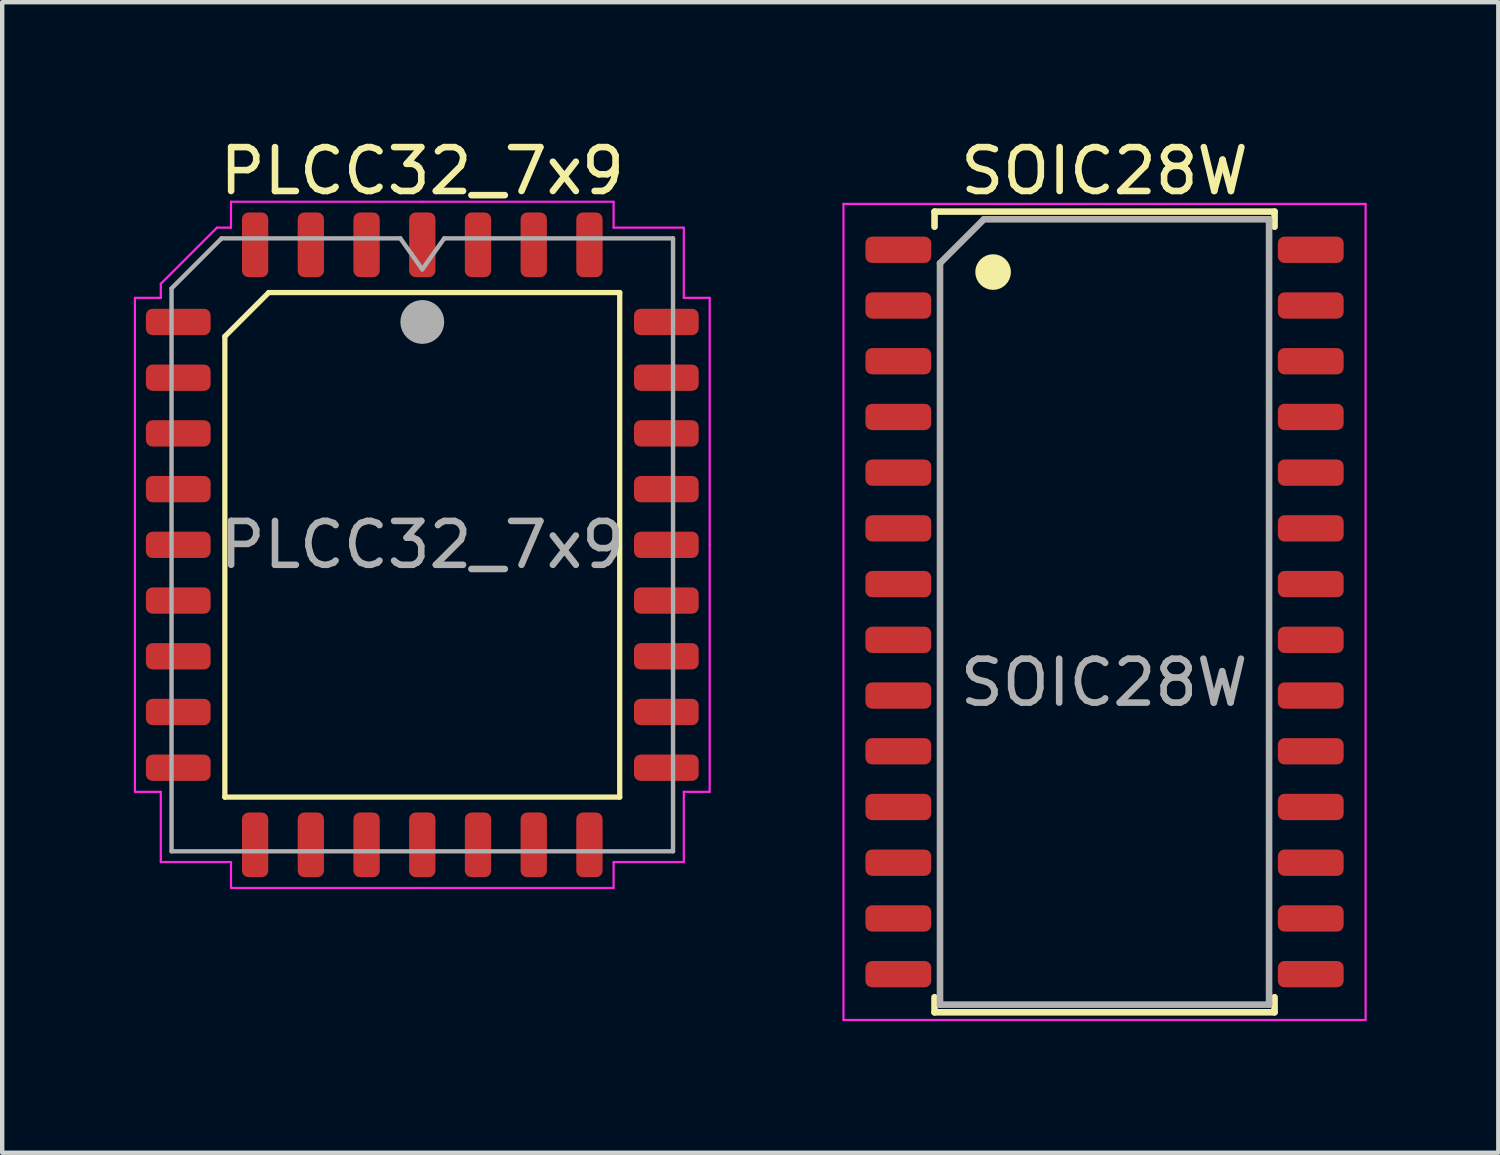
<source format=kicad_pcb>
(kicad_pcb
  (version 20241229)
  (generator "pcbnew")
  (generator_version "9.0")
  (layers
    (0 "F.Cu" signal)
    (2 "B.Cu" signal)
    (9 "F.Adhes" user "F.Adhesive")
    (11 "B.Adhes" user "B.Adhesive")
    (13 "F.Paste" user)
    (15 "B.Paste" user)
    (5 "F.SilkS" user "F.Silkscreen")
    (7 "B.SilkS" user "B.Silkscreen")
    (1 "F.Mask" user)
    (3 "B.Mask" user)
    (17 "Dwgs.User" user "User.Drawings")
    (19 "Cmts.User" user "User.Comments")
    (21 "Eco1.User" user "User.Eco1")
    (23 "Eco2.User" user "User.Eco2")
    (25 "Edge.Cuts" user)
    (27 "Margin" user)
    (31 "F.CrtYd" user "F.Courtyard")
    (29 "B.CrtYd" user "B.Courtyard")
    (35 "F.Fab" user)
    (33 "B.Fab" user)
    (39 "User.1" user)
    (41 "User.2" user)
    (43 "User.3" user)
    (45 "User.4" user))
  (footprint "SOIC28W"
    (layer "F.Cu")
    (at 22.125 10.898)
    (property "Reference" "SOIC28W" (at 0 -10.05 0) (layer "F.SilkS") (effects (font (size 1 1) (thickness 0.15))))
    (attr smd)
    (fp_line (start -3.875 -9.125) (end -3.875 -8.78) (stroke (width 0.15) (type solid)) (layer "F.SilkS"))
    (fp_line (start -3.875 -9.125) (end 3.875 -9.125) (stroke (width 0.15) (type solid)) (layer "F.SilkS"))
    (fp_line (start -3.875 9.125) (end -3.875 8.78) (stroke (width 0.15) (type solid)) (layer "F.SilkS"))
    (fp_line (start -3.875 9.125) (end 3.875 9.125) (stroke (width 0.15) (type solid)) (layer "F.SilkS"))
    (fp_line (start 3.875 -9.125) (end 3.875 -8.78) (stroke (width 0.15) (type solid)) (layer "F.SilkS"))
    (fp_line (start 3.875 9.125) (end 3.875 8.78) (stroke (width 0.15) (type solid)) (layer "F.SilkS"))
    (fp_circle (center -2.54 -7.747) (end -2.337 -7.747) (stroke (width 0.406) (type solid)) (fill no) (layer "F.SilkS"))
    (fp_line (start -5.95 -9.3) (end -5.95 9.3) (stroke (width 0.05) (type solid)) (layer "F.CrtYd"))
    (fp_line (start -5.95 -9.3) (end 5.95 -9.3) (stroke (width 0.05) (type solid)) (layer "F.CrtYd"))
    (fp_line (start -5.95 9.3) (end 5.95 9.3) (stroke (width 0.05) (type solid)) (layer "F.CrtYd"))
    (fp_line (start 5.95 -9.3) (end 5.95 9.3) (stroke (width 0.05) (type solid)) (layer "F.CrtYd"))
    (fp_line (start -3.75 -7.95) (end -2.75 -8.95) (stroke (width 0.15) (type solid)) (layer "F.Fab"))
    (fp_line (start -3.75 8.95) (end -3.75 -7.95) (stroke (width 0.15) (type solid)) (layer "F.Fab"))
    (fp_line (start -2.75 -8.95) (end 3.75 -8.95) (stroke (width 0.15) (type solid)) (layer "F.Fab"))
    (fp_line (start 3.75 -8.95) (end 3.75 8.95) (stroke (width 0.15) (type solid)) (layer "F.Fab"))
    (fp_line (start 3.75 8.95) (end -3.75 8.95) (stroke (width 0.15) (type solid)) (layer "F.Fab"))
    (fp_text user "${REFERENCE}" (at -0.01 1.61 0) (layer "F.Fab") (effects (font (size 1 1) (thickness 0.15))))
    (pad "1" smd roundrect (at -4.7 -8.255) (size 1.5 0.6) (layers "F.Cu" "F.Mask" "F.Paste") (roundrect_rratio 0.25))
    (pad "2" smd roundrect (at -4.7 -6.985) (size 1.5 0.6) (layers "F.Cu" "F.Mask" "F.Paste") (roundrect_rratio 0.25))
    (pad "3" smd roundrect (at -4.7 -5.715) (size 1.5 0.6) (layers "F.Cu" "F.Mask" "F.Paste") (roundrect_rratio 0.25))
    (pad "4" smd roundrect (at -4.7 -4.445) (size 1.5 0.6) (layers "F.Cu" "F.Mask" "F.Paste") (roundrect_rratio 0.25))
    (pad "5" smd roundrect (at -4.7 -3.175) (size 1.5 0.6) (layers "F.Cu" "F.Mask" "F.Paste") (roundrect_rratio 0.25))
    (pad "6" smd roundrect (at -4.7 -1.905) (size 1.5 0.6) (layers "F.Cu" "F.Mask" "F.Paste") (roundrect_rratio 0.25))
    (pad "7" smd roundrect (at -4.7 -0.635) (size 1.5 0.6) (layers "F.Cu" "F.Mask" "F.Paste") (roundrect_rratio 0.25))
    (pad "8" smd roundrect (at -4.7 0.635) (size 1.5 0.6) (layers "F.Cu" "F.Mask" "F.Paste") (roundrect_rratio 0.25))
    (pad "9" smd roundrect (at -4.7 1.905) (size 1.5 0.6) (layers "F.Cu" "F.Mask" "F.Paste") (roundrect_rratio 0.25))
    (pad "10" smd roundrect (at -4.7 3.175) (size 1.5 0.6) (layers "F.Cu" "F.Mask" "F.Paste") (roundrect_rratio 0.25))
    (pad "11" smd roundrect (at -4.7 4.445) (size 1.5 0.6) (layers "F.Cu" "F.Mask" "F.Paste") (roundrect_rratio 0.25))
    (pad "12" smd roundrect (at -4.7 5.715) (size 1.5 0.6) (layers "F.Cu" "F.Mask" "F.Paste") (roundrect_rratio 0.25))
    (pad "13" smd roundrect (at -4.7 6.985) (size 1.5 0.6) (layers "F.Cu" "F.Mask" "F.Paste") (roundrect_rratio 0.25))
    (pad "14" smd roundrect (at -4.7 8.255) (size 1.5 0.6) (layers "F.Cu" "F.Mask" "F.Paste") (roundrect_rratio 0.25))
    (pad "15" smd roundrect (at 4.7 8.255) (size 1.5 0.6) (layers "F.Cu" "F.Mask" "F.Paste") (roundrect_rratio 0.25))
    (pad "16" smd roundrect (at 4.7 6.985) (size 1.5 0.6) (layers "F.Cu" "F.Mask" "F.Paste") (roundrect_rratio 0.25))
    (pad "17" smd roundrect (at 4.7 5.715) (size 1.5 0.6) (layers "F.Cu" "F.Mask" "F.Paste") (roundrect_rratio 0.25))
    (pad "18" smd roundrect (at 4.7 4.445) (size 1.5 0.6) (layers "F.Cu" "F.Mask" "F.Paste") (roundrect_rratio 0.25))
    (pad "19" smd roundrect (at 4.7 3.175) (size 1.5 0.6) (layers "F.Cu" "F.Mask" "F.Paste") (roundrect_rratio 0.25))
    (pad "20" smd roundrect (at 4.7 1.905) (size 1.5 0.6) (layers "F.Cu" "F.Mask" "F.Paste") (roundrect_rratio 0.25))
    (pad "21" smd roundrect (at 4.7 0.635) (size 1.5 0.6) (layers "F.Cu" "F.Mask" "F.Paste") (roundrect_rratio 0.25))
    (pad "22" smd roundrect (at 4.7 -0.635) (size 1.5 0.6) (layers "F.Cu" "F.Mask" "F.Paste") (roundrect_rratio 0.25))
    (pad "23" smd roundrect (at 4.7 -1.905) (size 1.5 0.6) (layers "F.Cu" "F.Mask" "F.Paste") (roundrect_rratio 0.25))
    (pad "24" smd roundrect (at 4.7 -3.175) (size 1.5 0.6) (layers "F.Cu" "F.Mask" "F.Paste") (roundrect_rratio 0.25))
    (pad "25" smd roundrect (at 4.7 -4.445) (size 1.5 0.6) (layers "F.Cu" "F.Mask" "F.Paste") (roundrect_rratio 0.25))
    (pad "26" smd roundrect (at 4.7 -5.715) (size 1.5 0.6) (layers "F.Cu" "F.Mask" "F.Paste") (roundrect_rratio 0.25))
    (pad "27" smd roundrect (at 4.7 -6.985) (size 1.5 0.6) (layers "F.Cu" "F.Mask" "F.Paste") (roundrect_rratio 0.25))
    (pad "28" smd roundrect (at 4.7 -8.255) (size 1.5 0.6) (layers "F.Cu" "F.Mask" "F.Paste") (roundrect_rratio 0.25)))
  (footprint "PLCC32_7x9"
    (layer "F.Cu")
    (at 6.575 9.368)
    (property "Reference" "PLCC32_7x9" (at 0 -8.52 0) (layer "F.SilkS") (effects (font (size 1 1) (thickness 0.15))))
    (attr smd)
    (fp_line (start -4.5 -4.75) (end -3.5 -5.75) (stroke (width 0.12) (type solid)) (layer "F.SilkS"))
    (fp_line (start -4.5 5.75) (end -4.5 -4.75) (stroke (width 0.12) (type solid)) (layer "F.SilkS"))
    (fp_line (start -3.5 -5.75) (end 4.5 -5.75) (stroke (width 0.12) (type solid)) (layer "F.SilkS"))
    (fp_line (start 4.5 -5.75) (end 4.5 5.75) (stroke (width 0.12) (type solid)) (layer "F.SilkS"))
    (fp_line (start 4.5 5.75) (end -4.5 5.75) (stroke (width 0.12) (type solid)) (layer "F.SilkS"))
    (fp_line (start -6.55 -5.63) (end -6.55 0) (stroke (width 0.05) (type solid)) (layer "F.CrtYd"))
    (fp_line (start -6.55 5.63) (end -6.55 0) (stroke (width 0.05) (type solid)) (layer "F.CrtYd"))
    (fp_line (start -5.96 -5.95) (end -5.96 -5.63) (stroke (width 0.05) (type solid)) (layer "F.CrtYd"))
    (fp_line (start -5.96 -5.63) (end -6.55 -5.63) (stroke (width 0.05) (type solid)) (layer "F.CrtYd"))
    (fp_line (start -5.96 5.63) (end -6.55 5.63) (stroke (width 0.05) (type solid)) (layer "F.CrtYd"))
    (fp_line (start -5.96 7.23) (end -5.96 5.63) (stroke (width 0.05) (type solid)) (layer "F.CrtYd"))
    (fp_line (start -4.68 -7.23) (end -5.96 -5.95) (stroke (width 0.05) (type solid)) (layer "F.CrtYd"))
    (fp_line (start -4.36 -7.82) (end -4.36 -7.23) (stroke (width 0.05) (type solid)) (layer "F.CrtYd"))
    (fp_line (start -4.36 -7.23) (end -4.68 -7.23) (stroke (width 0.05) (type solid)) (layer "F.CrtYd"))
    (fp_line (start -4.36 7.23) (end -5.96 7.23) (stroke (width 0.05) (type solid)) (layer "F.CrtYd"))
    (fp_line (start -4.36 7.82) (end -4.36 7.23) (stroke (width 0.05) (type solid)) (layer "F.CrtYd"))
    (fp_line (start 0 -7.82) (end -4.36 -7.82) (stroke (width 0.05) (type solid)) (layer "F.CrtYd"))
    (fp_line (start 0 -7.82) (end 4.36 -7.82) (stroke (width 0.05) (type solid)) (layer "F.CrtYd"))
    (fp_line (start 0 7.82) (end -4.36 7.82) (stroke (width 0.05) (type solid)) (layer "F.CrtYd"))
    (fp_line (start 0 7.82) (end 4.36 7.82) (stroke (width 0.05) (type solid)) (layer "F.CrtYd"))
    (fp_line (start 4.36 -7.82) (end 4.36 -7.23) (stroke (width 0.05) (type solid)) (layer "F.CrtYd"))
    (fp_line (start 4.36 -7.23) (end 5.96 -7.23) (stroke (width 0.05) (type solid)) (layer "F.CrtYd"))
    (fp_line (start 4.36 7.23) (end 5.96 7.23) (stroke (width 0.05) (type solid)) (layer "F.CrtYd"))
    (fp_line (start 4.36 7.82) (end 4.36 7.23) (stroke (width 0.05) (type solid)) (layer "F.CrtYd"))
    (fp_line (start 5.96 -7.23) (end 5.96 -5.63) (stroke (width 0.05) (type solid)) (layer "F.CrtYd"))
    (fp_line (start 5.96 -5.63) (end 6.55 -5.63) (stroke (width 0.05) (type solid)) (layer "F.CrtYd"))
    (fp_line (start 5.96 5.63) (end 6.55 5.63) (stroke (width 0.05) (type solid)) (layer "F.CrtYd"))
    (fp_line (start 5.96 7.23) (end 5.96 5.63) (stroke (width 0.05) (type solid)) (layer "F.CrtYd"))
    (fp_line (start 6.55 -5.63) (end 6.55 0) (stroke (width 0.05) (type solid)) (layer "F.CrtYd"))
    (fp_line (start 6.55 5.63) (end 6.55 0) (stroke (width 0.05) (type solid)) (layer "F.CrtYd"))
    (fp_line (start -5.715 -5.845) (end -4.575 -6.985) (stroke (width 0.1) (type solid)) (layer "F.Fab"))
    (fp_line (start -5.715 6.985) (end -5.715 -5.845) (stroke (width 0.1) (type solid)) (layer "F.Fab"))
    (fp_line (start -4.575 -6.985) (end -0.5 -6.985) (stroke (width 0.1) (type solid)) (layer "F.Fab"))
    (fp_line (start -0.5 -6.985) (end 0 -6.278) (stroke (width 0.1) (type solid)) (layer "F.Fab"))
    (fp_line (start 0 -6.278) (end 0.5 -6.985) (stroke (width 0.1) (type solid)) (layer "F.Fab"))
    (fp_line (start 0.5 -6.985) (end 5.715 -6.985) (stroke (width 0.1) (type solid)) (layer "F.Fab"))
    (fp_line (start 5.715 -6.985) (end 5.715 6.985) (stroke (width 0.1) (type solid)) (layer "F.Fab"))
    (fp_line (start 5.715 6.985) (end -5.715 6.985) (stroke (width 0.1) (type solid)) (layer "F.Fab"))
    (fp_circle (center 0 -5.08) (end 0.25 -5.08) (stroke (width 0.5) (type solid)) (fill no) (layer "F.Fab"))
    (fp_text user "${REFERENCE}" (at 0 0 0) (layer "F.Fab") (effects (font (size 1 1) (thickness 0.15))))
    (pad "1" smd roundrect (at 0 -6.838) (size 0.6 1.475) (layers "F.Cu" "F.Mask" "F.Paste") (roundrect_rratio 0.25))
    (pad "2" smd roundrect (at -1.27 -6.838) (size 0.6 1.475) (layers "F.Cu" "F.Mask" "F.Paste") (roundrect_rratio 0.25))
    (pad "3" smd roundrect (at -2.54 -6.838) (size 0.6 1.475) (layers "F.Cu" "F.Mask" "F.Paste") (roundrect_rratio 0.25))
    (pad "4" smd roundrect (at -3.81 -6.838) (size 0.6 1.475) (layers "F.Cu" "F.Mask" "F.Paste") (roundrect_rratio 0.25))
    (pad "5" smd roundrect (at -5.562 -5.08) (size 1.475 0.6) (layers "F.Cu" "F.Mask" "F.Paste") (roundrect_rratio 0.25))
    (pad "6" smd roundrect (at -5.562 -3.81) (size 1.475 0.6) (layers "F.Cu" "F.Mask" "F.Paste") (roundrect_rratio 0.25))
    (pad "7" smd roundrect (at -5.562 -2.54) (size 1.475 0.6) (layers "F.Cu" "F.Mask" "F.Paste") (roundrect_rratio 0.25))
    (pad "8" smd roundrect (at -5.562 -1.27) (size 1.475 0.6) (layers "F.Cu" "F.Mask" "F.Paste") (roundrect_rratio 0.25))
    (pad "9" smd roundrect (at -5.562 0) (size 1.475 0.6) (layers "F.Cu" "F.Mask" "F.Paste") (roundrect_rratio 0.25))
    (pad "10" smd roundrect (at -5.562 1.27) (size 1.475 0.6) (layers "F.Cu" "F.Mask" "F.Paste") (roundrect_rratio 0.25))
    (pad "11" smd roundrect (at -5.562 2.54) (size 1.475 0.6) (layers "F.Cu" "F.Mask" "F.Paste") (roundrect_rratio 0.25))
    (pad "12" smd roundrect (at -5.562 3.81) (size 1.475 0.6) (layers "F.Cu" "F.Mask" "F.Paste") (roundrect_rratio 0.25))
    (pad "13" smd roundrect (at -5.562 5.08) (size 1.475 0.6) (layers "F.Cu" "F.Mask" "F.Paste") (roundrect_rratio 0.25))
    (pad "14" smd roundrect (at -3.81 6.838) (size 0.6 1.475) (layers "F.Cu" "F.Mask" "F.Paste") (roundrect_rratio 0.25))
    (pad "15" smd roundrect (at -2.54 6.838) (size 0.6 1.475) (layers "F.Cu" "F.Mask" "F.Paste") (roundrect_rratio 0.25))
    (pad "16" smd roundrect (at -1.27 6.838) (size 0.6 1.475) (layers "F.Cu" "F.Mask" "F.Paste") (roundrect_rratio 0.25))
    (pad "17" smd roundrect (at 0 6.838) (size 0.6 1.475) (layers "F.Cu" "F.Mask" "F.Paste") (roundrect_rratio 0.25))
    (pad "18" smd roundrect (at 1.27 6.838) (size 0.6 1.475) (layers "F.Cu" "F.Mask" "F.Paste") (roundrect_rratio 0.25))
    (pad "19" smd roundrect (at 2.54 6.838) (size 0.6 1.475) (layers "F.Cu" "F.Mask" "F.Paste") (roundrect_rratio 0.25))
    (pad "20" smd roundrect (at 3.81 6.838) (size 0.6 1.475) (layers "F.Cu" "F.Mask" "F.Paste") (roundrect_rratio 0.25))
    (pad "21" smd roundrect (at 5.562 5.08) (size 1.475 0.6) (layers "F.Cu" "F.Mask" "F.Paste") (roundrect_rratio 0.25))
    (pad "22" smd roundrect (at 5.562 3.81) (size 1.475 0.6) (layers "F.Cu" "F.Mask" "F.Paste") (roundrect_rratio 0.25))
    (pad "23" smd roundrect (at 5.562 2.54) (size 1.475 0.6) (layers "F.Cu" "F.Mask" "F.Paste") (roundrect_rratio 0.25))
    (pad "24" smd roundrect (at 5.562 1.27) (size 1.475 0.6) (layers "F.Cu" "F.Mask" "F.Paste") (roundrect_rratio 0.25))
    (pad "25" smd roundrect (at 5.562 0) (size 1.475 0.6) (layers "F.Cu" "F.Mask" "F.Paste") (roundrect_rratio 0.25))
    (pad "26" smd roundrect (at 5.562 -1.27) (size 1.475 0.6) (layers "F.Cu" "F.Mask" "F.Paste") (roundrect_rratio 0.25))
    (pad "27" smd roundrect (at 5.562 -2.54) (size 1.475 0.6) (layers "F.Cu" "F.Mask" "F.Paste") (roundrect_rratio 0.25))
    (pad "28" smd roundrect (at 5.562 -3.81) (size 1.475 0.6) (layers "F.Cu" "F.Mask" "F.Paste") (roundrect_rratio 0.25))
    (pad "29" smd roundrect (at 5.562 -5.08) (size 1.475 0.6) (layers "F.Cu" "F.Mask" "F.Paste") (roundrect_rratio 0.25))
    (pad "30" smd roundrect (at 3.81 -6.838) (size 0.6 1.475) (layers "F.Cu" "F.Mask" "F.Paste") (roundrect_rratio 0.25))
    (pad "31" smd roundrect (at 2.54 -6.838) (size 0.6 1.475) (layers "F.Cu" "F.Mask" "F.Paste") (roundrect_rratio 0.25))
    (pad "32" smd roundrect (at 1.27 -6.838) (size 0.6 1.475) (layers "F.Cu" "F.Mask" "F.Paste") (roundrect_rratio 0.25)))
  (gr_rect
    (start -3 -3)
    (end 31.1 23.223)
    (stroke (width 0.1) (type default))
    (fill no)
    (layer "Edge.Cuts")))
</source>
